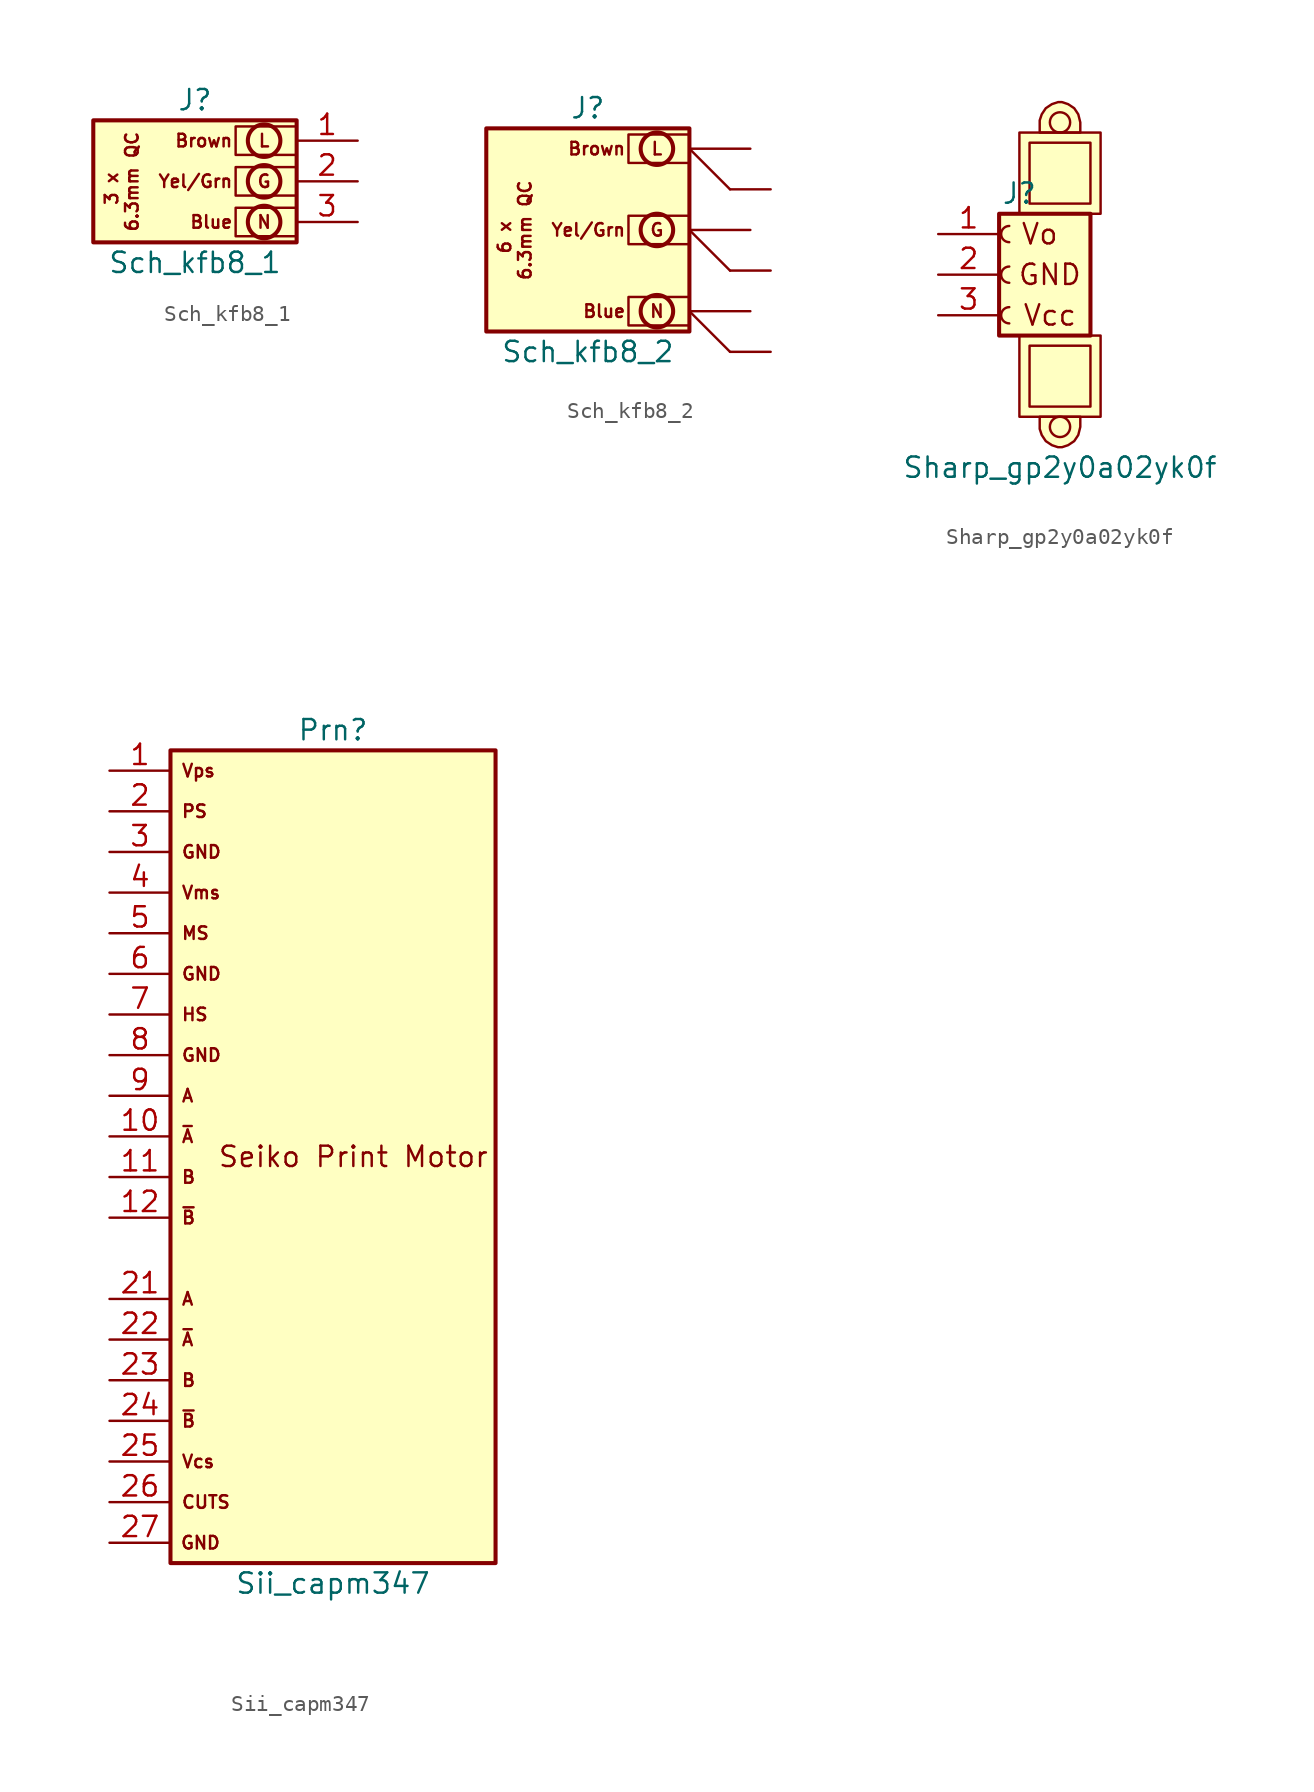
<source format=kicad_sym>
(kicad_symbol_lib
  (version 20211014)
  (generator kicad_symbol_editor)
  (symbol "Sch_kfb8_1"
    (pin_names
      (offset 1.016) hide)
    (property "Reference" "J"
      (at 0 5.08 0)
      (effects (font (size 1.27 1.27))))
    (property "Value" "Sch_kfb8_1"
      (at 0 -5.08 0)
      (effects (font (size 1.27 1.27))))
    (symbol "Sch_kfb8_1_0_0"
      (text "Blue" (at 2.413 -2.54 0) (effects (font (size 0.787 0.787)) (justify right)))
      (text "Brown" (at 2.413 2.54 0) (effects (font (size 0.787 0.787)) (justify right)))
      (text "G" (at 4.318 0 0) (effects (font (size 0.787 0.787))))
      (text "L" (at 4.318 2.54 0) (effects (font (size 0.787 0.787))))
      (text "N" (at 4.318 -2.54 0) (effects (font (size 0.787 0.787))))
      (text "Yel/Grn" (at 2.413 0 0) (effects (font (size 0.787 0.787)) (justify right))))
    (symbol "Sch_kfb8_1_0_1"
      (rectangle (start -6.35 3.81) (end 6.35 -3.81) (stroke (width 0.254) (type default) (color 0 0 0 0)) (fill (type background)))
      (rectangle (start 2.54 1.651) (end 6.35 3.429) (stroke (width 0) (type default) (color 0 0 0 0)) (fill (type none)))
      (circle (center 4.318 -2.54) (radius 1.016) (stroke (width 0.254) (type default) (color 0 0 0 0)) (fill (type none)))
      (circle (center 4.318 0) (radius 1.016) (stroke (width 0.254) (type default) (color 0 0 0 0)) (fill (type none)))
      (circle (center 4.318 2.54) (radius 1.016) (stroke (width 0.254) (type default) (color 0 0 0 0)) (fill (type none))))
    (symbol "Sch_kfb8_1_1_1"
      (rectangle (start 2.54 -3.429) (end 6.35 -1.651) (stroke (width 0) (type default) (color 0 0 0 0)) (fill (type none)))
      (rectangle (start 2.54 -0.889) (end 6.35 0.889) (stroke (width 0) (type default) (color 0 0 0 0)) (fill (type none)))
      (text "3 x" (at -5.207 0.635 900) (effects (font (size 0.787 0.787)) (justify right)))
      (text "6.3mm QC" (at -3.937 3.175 900) (effects (font (size 0.787 0.787)) (justify right)))
      (pin passive line (at 10.16 2.54 180) (length 3.81) (name "Line" (effects (font (size 1.27 1.27)))) (number "1" (effects (font (size 1.27 1.27)))))
      (pin passive line (at 10.16 0 180) (length 3.81) (name "Gnd" (effects (font (size 1.27 1.27)))) (number "2" (effects (font (size 1.27 1.27)))))
      (pin passive line (at 10.16 -2.54 180) (length 3.81) (name "Neutral" (effects (font (size 1.27 1.27)))) (number "3" (effects (font (size 1.27 1.27)))))))
  (symbol "Sch_kfb8_2"
    (pin_numbers hide)
    (pin_names
      (offset 0) hide)
    (property "Reference" "J"
      (at -2.54 7.62 0)
      (effects (font (size 1.27 1.27))))
    (property "Value" "Sch_kfb8_2"
      (at -2.54 -7.62 0)
      (effects (font (size 1.27 1.27))))
    (symbol "Sch_kfb8_2_0_0"
      (text "Blue" (at -0.127 -5.08 0) (effects (font (size 0.787 0.787)) (justify right)))
      (text "Brown" (at -0.127 5.08 0) (effects (font (size 0.787 0.787)) (justify right)))
      (text "G" (at 1.778 0 0) (effects (font (size 0.787 0.787))))
      (text "L" (at 1.778 5.08 0) (effects (font (size 0.787 0.787))))
      (text "N" (at 1.778 -5.08 0) (effects (font (size 0.787 0.787))))
      (text "Yel/Grn" (at -0.127 0 0) (effects (font (size 0.787 0.787)) (justify right))))
    (symbol "Sch_kfb8_2_0_1"
      (rectangle (start -8.89 6.35) (end 3.81 -6.35) (stroke (width 0.254) (type default) (color 0 0 0 0)) (fill (type background)))
      (rectangle (start 0 4.191) (end 3.81 5.969) (stroke (width 0) (type default) (color 0 0 0 0)) (fill (type none)))
      (circle (center 1.778 -5.08) (radius 1.016) (stroke (width 0.254) (type default) (color 0 0 0 0)) (fill (type none)))
      (circle (center 1.778 0) (radius 1.016) (stroke (width 0.254) (type default) (color 0 0 0 0)) (fill (type none)))
      (circle (center 1.778 5.08) (radius 1.016) (stroke (width 0.254) (type default) (color 0 0 0 0)) (fill (type none))))
    (symbol "Sch_kfb8_2_1_1"
      (rectangle (start 0 -5.969) (end 3.81 -4.191) (stroke (width 0) (type default) (color 0 0 0 0)) (fill (type none)))
      (rectangle (start 0 -0.889) (end 3.81 0.889) (stroke (width 0) (type default) (color 0 0 0 0)) (fill (type none)))
      (polyline (pts (xy 3.81 -5.08) (xy 6.35 -7.62)) (stroke (width 0) (type default) (color 0 0 0 0)) (fill (type none)))
      (polyline (pts (xy 3.81 0) (xy 6.35 -2.54)) (stroke (width 0) (type default) (color 0 0 0 0)) (fill (type none)))
      (polyline (pts (xy 3.81 5.08) (xy 6.35 2.54)) (stroke (width 0) (type default) (color 0 0 0 0)) (fill (type none)))
      (text "6 x" (at -7.747 0.635 900) (effects (font (size 0.787 0.787)) (justify right)))
      (text "6.3mm QC" (at -6.477 3.175 900) (effects (font (size 0.787 0.787)) (justify right)))
      (pin passive line (at 7.62 5.08 180) (length 3.81) (name "Line1" (effects (font (size 1.27 1.27)))) (number "1" (effects (font (size 1.27 1.27)))))
      (pin passive line (at 7.62 0 180) (length 3.81) (name "Gnd1" (effects (font (size 1.27 1.27)))) (number "2" (effects (font (size 1.27 1.27)))))
      (pin passive line (at 7.62 -5.08 180) (length 3.81) (name "Neutral1" (effects (font (size 1.27 1.27)))) (number "3" (effects (font (size 1.27 1.27)))))
      (pin passive line (at 8.89 2.54 180) (length 2.54) (name "Line2" (effects (font (size 1.27 1.27)))) (number "4" (effects (font (size 1.27 1.27)))))
      (pin passive line (at 8.89 -2.54 180) (length 2.54) (name "Gnd2" (effects (font (size 1.27 1.27)))) (number "5" (effects (font (size 1.27 1.27)))))
      (pin passive line (at 8.89 -7.62 180) (length 2.54) (name "Neutral2" (effects (font (size 1.27 1.27)))) (number "6" (effects (font (size 1.27 1.27)))))))
  (symbol "Sharp_gp2y0a02yk0f"
    (pin_names
      (offset 1.016) hide)
    (property "Reference" "J"
      (at 0 5.08 0)
      (effects (font (size 1.27 1.27))))
    (property "Value" "Sharp_gp2y0a02yk0f"
      (at 2.54 -12.065 0)
      (effects (font (size 1.27 1.27))))
    (symbol "Sharp_gp2y0a02yk0f_0_0"
      (text "GND" (at 1.905 0 0) (effects (font (size 1.27 1.27))))
      (text "Vcc" (at 1.905 -2.54 0) (effects (font (size 1.27 1.27))))
      (text "Vo" (at 1.27 2.54 0) (effects (font (size 1.27 1.27)))))
    (symbol "Sharp_gp2y0a02yk0f_0_1"
      (rectangle (start 0 -3.81) (end 5.08 -8.89) (stroke (width 0) (type default) (color 0 0 0 0)) (fill (type background)))
      (polyline (pts (xy 3.81 -8.89) (xy 3.81 -9.525) (xy 3.683 -10.033) (xy 3.429 -10.414) (xy 3.048 -10.668) (xy 2.667 -10.795) (xy 2.413 -10.795) (xy 2.032 -10.668) (xy 1.651 -10.414) (xy 1.397 -10.033) (xy 1.27 -9.652) (xy 1.27 -8.89) (xy 3.81 -8.89)) (stroke (width 0) (type default) (color 0 0 0 0)) (fill (type background)))
      (polyline (pts (xy 3.81 8.89) (xy 3.81 9.525) (xy 3.683 10.033) (xy 3.429 10.414) (xy 3.048 10.668) (xy 2.667 10.795) (xy 2.413 10.795) (xy 2.032 10.668) (xy 1.651 10.414) (xy 1.397 10.033) (xy 1.27 9.652) (xy 1.27 8.89) (xy 3.81 8.89)) (stroke (width 0) (type default) (color 0 0 0 0)) (fill (type background)))
      (rectangle (start 0 8.89) (end 5.08 3.81) (stroke (width 0) (type default) (color 0 0 0 0)) (fill (type background)))
      (circle (center 2.54 -9.525) (radius 0.635) (stroke (width 0) (type default) (color 0 0 0 0)) (fill (type none)))
      (circle (center 2.54 9.525) (radius 0.635) (stroke (width 0) (type default) (color 0 0 0 0)) (fill (type none)))
      (rectangle (start 4.445 -8.255) (end 0.635 -4.445) (stroke (width 0) (type default) (color 0 0 0 0)) (fill (type none)))
      (rectangle (start 4.445 4.445) (end 0.635 8.255) (stroke (width 0) (type default) (color 0 0 0 0)) (fill (type none))))
    (symbol "Sharp_gp2y0a02yk0f_1_1"
      (rectangle (start -1.27 3.81) (end 4.445 -3.81) (stroke (width 0.254) (type default) (color 0 0 0 0)) (fill (type background)))
      (arc (start -0.635 -2.032) (mid -1.143 -2.54) (end -0.635 -3.048) (stroke (width 0) (type default) (color 0 0 0 0)) (fill (type none)))
      (arc (start -0.635 0.508) (mid -1.143 0) (end -0.635 -0.508) (stroke (width 0) (type default) (color 0 0 0 0)) (fill (type none)))
      (arc (start -0.635 3.048) (mid -1.143 2.54) (end -0.635 2.032) (stroke (width 0) (type default) (color 0 0 0 0)) (fill (type none)))
      (pin passive line (at -5.08 2.54 0) (length 3.81) (name "Pin_1" (effects (font (size 1.27 1.27)))) (number "1" (effects (font (size 1.27 1.27)))))
      (pin passive line (at -5.08 0 0) (length 3.81) (name "Pin_2" (effects (font (size 1.27 1.27)))) (number "2" (effects (font (size 1.27 1.27)))))
      (pin passive line (at -5.08 -2.54 0) (length 3.81) (name "Pin_3" (effects (font (size 1.27 1.27)))) (number "3" (effects (font (size 1.27 1.27)))))))
  (symbol "Sii_capm347"
    (pin_names
      (offset 1.016) hide)
    (property "Reference" "Prn"
      (at 0 26.67 0)
      (effects (font (size 1.27 1.27))))
    (property "Value" "Sii_capm347"
      (at 0 -26.67 0)
      (effects (font (size 1.27 1.27))))
    (symbol "Sii_capm347_0_0"
      (text "Seiko Print Motor" (at 1.27 0 0) (effects (font (size 1.27 1.27))))
      (text "Vps" (at -9.525 24.13 0) (effects (font (size 0.787 0.787)) (justify left))))
    (symbol "Sii_capm347_0_1"
      (rectangle (start 10.16 25.4) (end -10.16 -25.4) (stroke (width 0.254) (type default) (color 0 0 0 0)) (fill (type background))))
    (symbol "Sii_capm347_1_1"
      (text "A" (at -9.525 -8.89 0) (effects (font (size 0.787 0.787)) (justify left)))
      (text "A" (at -9.525 3.81 0) (effects (font (size 0.787 0.787)) (justify left)))
      (text "B" (at -9.525 -13.97 0) (effects (font (size 0.787 0.787)) (justify left)))
      (text "B" (at -9.525 -1.27 0) (effects (font (size 0.787 0.787)) (justify left)))
      (text "CUTS" (at -9.525 -21.59 0) (effects (font (size 0.787 0.787)) (justify left)))
      (text "GND" (at -9.525 6.35 0) (effects (font (size 0.787 0.787)) (justify left)))
      (text "GND" (at -9.525 11.43 0) (effects (font (size 0.787 0.787)) (justify left)))
      (text "GND" (at -9.525 19.05 0) (effects (font (size 0.787 0.787)) (justify left)))
      (text "GND" (at -6.985 -24.13 0) (effects (font (size 0.787 0.787)) (justify right)))
      (text "HS" (at -9.525 8.89 0) (effects (font (size 0.787 0.787)) (justify left)))
      (text "MS" (at -9.525 13.97 0) (effects (font (size 0.787 0.787)) (justify left)))
      (text "PS" (at -9.525 21.59 0) (effects (font (size 0.787 0.787)) (justify left)))
      (text "Vcs" (at -9.525 -19.05 0) (effects (font (size 0.787 0.787)) (justify left)))
      (text "Vms" (at -9.525 16.51 0) (effects (font (size 0.787 0.787)) (justify left)))
      (text "~{A}" (at -9.525 -11.43 0) (effects (font (size 0.787 0.787)) (justify left)))
      (text "~{A}" (at -9.525 1.27 0) (effects (font (size 0.787 0.787)) (justify left)))
      (text "~{B}" (at -9.525 -16.51 0) (effects (font (size 0.787 0.787)) (justify left)))
      (text "~{B}" (at -9.525 -3.81 0) (effects (font (size 0.787 0.787)) (justify left)))
      (pin input line (at -13.97 24.13 0) (length 3.81) (name "pin_x" (effects (font (size 1.27 1.27)))) (number "1" (effects (font (size 1.27 1.27)))))
      (pin input line (at -13.97 1.27 0) (length 3.81) (name "pin_x" (effects (font (size 1.27 1.27)))) (number "10" (effects (font (size 1.27 1.27)))))
      (pin input line (at -13.97 -1.27 0) (length 3.81) (name "pin_x" (effects (font (size 1.27 1.27)))) (number "11" (effects (font (size 1.27 1.27)))))
      (pin input line (at -13.97 -3.81 0) (length 3.81) (name "pin_x" (effects (font (size 1.27 1.27)))) (number "12" (effects (font (size 1.27 1.27)))))
      (pin output line (at -13.97 21.59 0) (length 3.81) (name "pin_x" (effects (font (size 1.27 1.27)))) (number "2" (effects (font (size 1.27 1.27)))))
      (pin input line (at -13.97 -8.89 0) (length 3.81) (name "pin_x" (effects (font (size 1.27 1.27)))) (number "21" (effects (font (size 1.27 1.27)))))
      (pin input line (at -13.97 -11.43 0) (length 3.81) (name "pin_x" (effects (font (size 1.27 1.27)))) (number "22" (effects (font (size 1.27 1.27)))))
      (pin input line (at -13.97 -13.97 0) (length 3.81) (name "pin_x" (effects (font (size 1.27 1.27)))) (number "23" (effects (font (size 1.27 1.27)))))
      (pin input line (at -13.97 -16.51 0) (length 3.81) (name "pin_x" (effects (font (size 1.27 1.27)))) (number "24" (effects (font (size 1.27 1.27)))))
      (pin input line (at -13.97 -19.05 0) (length 3.81) (name "pin_x" (effects (font (size 1.27 1.27)))) (number "25" (effects (font (size 1.27 1.27)))))
      (pin output line (at -13.97 -21.59 0) (length 3.81) (name "pin_x" (effects (font (size 1.27 1.27)))) (number "26" (effects (font (size 1.27 1.27)))))
      (pin input line (at -13.97 -24.13 0) (length 3.81) (name "pin_x" (effects (font (size 1.27 1.27)))) (number "27" (effects (font (size 1.27 1.27)))))
      (pin input line (at -13.97 19.05 0) (length 3.81) (name "pin_x" (effects (font (size 1.27 1.27)))) (number "3" (effects (font (size 1.27 1.27)))))
      (pin input line (at -13.97 16.51 0) (length 3.81) (name "pin_x" (effects (font (size 1.27 1.27)))) (number "4" (effects (font (size 1.27 1.27)))))
      (pin output line (at -13.97 13.97 0) (length 3.81) (name "pin_x" (effects (font (size 1.27 1.27)))) (number "5" (effects (font (size 1.27 1.27)))))
      (pin input line (at -13.97 11.43 0) (length 3.81) (name "pin_x" (effects (font (size 1.27 1.27)))) (number "6" (effects (font (size 1.27 1.27)))))
      (pin output line (at -13.97 8.89 0) (length 3.81) (name "pin_x" (effects (font (size 1.27 1.27)))) (number "7" (effects (font (size 1.27 1.27)))))
      (pin input line (at -13.97 6.35 0) (length 3.81) (name "pin_x" (effects (font (size 1.27 1.27)))) (number "8" (effects (font (size 1.27 1.27)))))
      (pin input line (at -13.97 3.81 0) (length 3.81) (name "pin_x" (effects (font (size 1.27 1.27)))) (number "9" (effects (font (size 1.27 1.27))))))))
</source>
